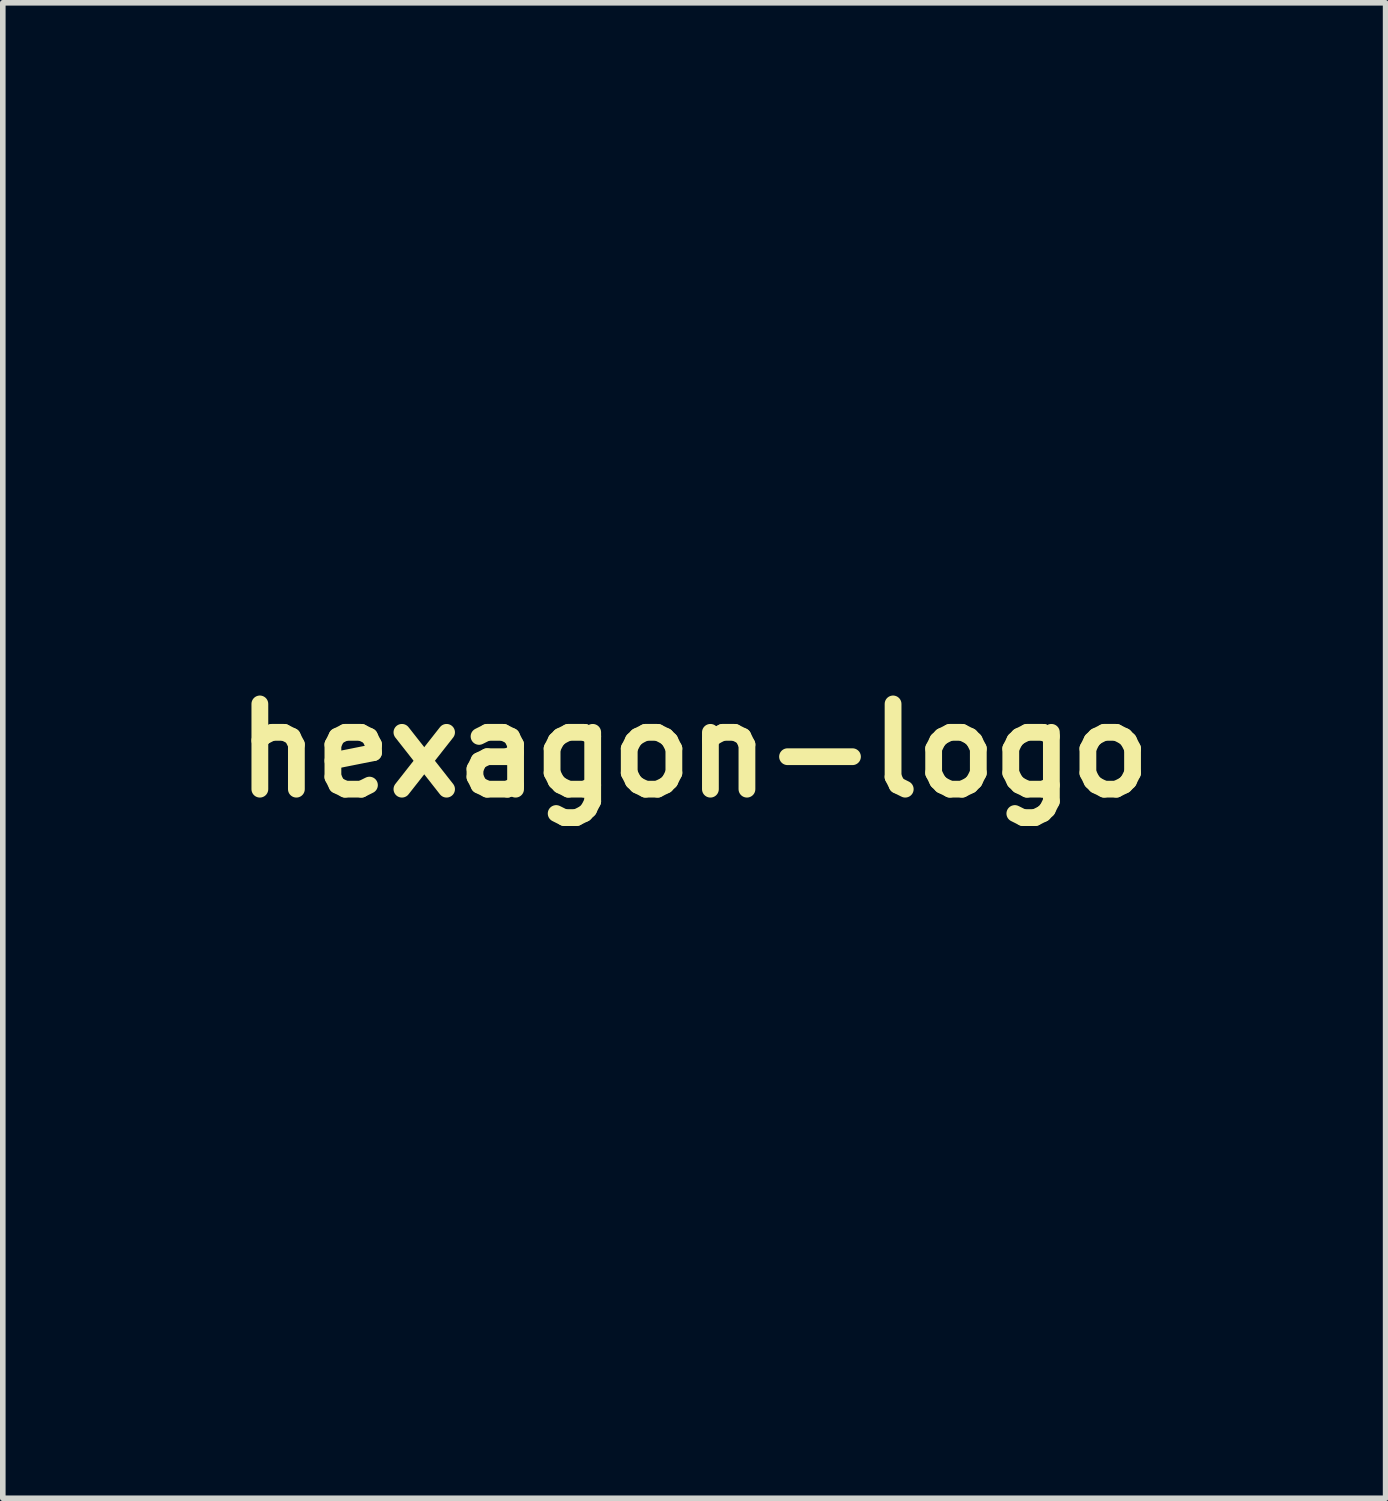
<source format=kicad_pcb>
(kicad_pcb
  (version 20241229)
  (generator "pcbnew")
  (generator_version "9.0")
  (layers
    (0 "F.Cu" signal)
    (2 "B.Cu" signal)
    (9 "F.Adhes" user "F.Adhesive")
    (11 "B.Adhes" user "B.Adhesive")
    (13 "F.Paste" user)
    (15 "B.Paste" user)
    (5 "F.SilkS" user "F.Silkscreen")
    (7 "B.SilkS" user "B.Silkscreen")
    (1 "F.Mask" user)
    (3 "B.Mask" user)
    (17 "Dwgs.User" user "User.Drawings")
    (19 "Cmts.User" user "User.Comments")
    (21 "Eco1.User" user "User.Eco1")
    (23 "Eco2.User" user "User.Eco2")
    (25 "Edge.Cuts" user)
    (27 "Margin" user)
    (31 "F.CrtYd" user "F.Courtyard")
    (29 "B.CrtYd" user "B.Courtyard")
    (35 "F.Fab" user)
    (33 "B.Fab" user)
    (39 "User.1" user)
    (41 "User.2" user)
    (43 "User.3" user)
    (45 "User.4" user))
  (footprint "hexagon-logo"
    (layer "F.Cu")
    (at 9.361 10.37)
    (property "Reference" "hexagon-logo" (at 0 0 0) (layer "F.SilkS") (effects (font (size 1.524 1.524) (thickness 0.3))))
    (attr through_hole)
    (fp_poly (pts (xy 0.163 -10.362) (xy 0.443 -10.335) (xy 0.711 -10.285) (xy 0.959 -10.214) (xy 1.178 -10.121) (xy 1.183 -10.119) (xy 1.21 -10.104) (xy 1.273 -10.068) (xy 1.368 -10.014) (xy 1.495 -9.941) (xy 1.65 -9.852) (xy 1.834 -9.747) (xy 2.042 -9.627) (xy 2.275 -9.493) (xy 2.529 -9.347) (xy 2.803 -9.189) (xy 3.096 -9.02) (xy 3.404 -8.842) (xy 3.727 -8.656) (xy 4.063 -8.462) (xy 4.41 -8.262) (xy 4.736 -8.074) (xy 5.222 -7.793) (xy 5.671 -7.533) (xy 6.085 -7.293) (xy 6.462 -7.074) (xy 6.804 -6.875) (xy 7.111 -6.696) (xy 7.384 -6.536) (xy 7.622 -6.396) (xy 7.825 -6.275) (xy 7.995 -6.174) (xy 8.132 -6.091) (xy 8.236 -6.027) (xy 8.307 -5.981) (xy 8.345 -5.954) (xy 8.346 -5.954) (xy 8.547 -5.766) (xy 8.736 -5.545) (xy 8.908 -5.299) (xy 9.059 -5.035) (xy 9.183 -4.761) (xy 9.277 -4.486) (xy 9.326 -4.276) (xy 9.329 -4.234) (xy 9.333 -4.152) (xy 9.336 -4.033) (xy 9.339 -3.88) (xy 9.342 -3.694) (xy 9.344 -3.478) (xy 9.347 -3.236) (xy 9.349 -2.969) (xy 9.351 -2.68) (xy 9.352 -2.371) (xy 9.354 -2.046) (xy 9.355 -1.706) (xy 9.356 -1.354) (xy 9.356 -0.993) (xy 9.357 -0.625) (xy 9.357 -0.252) (xy 9.357 0.121) (xy 9.357 0.495) (xy 9.357 0.864) (xy 9.356 1.228) (xy 9.355 1.584) (xy 9.354 1.928) (xy 9.353 2.259) (xy 9.351 2.574) (xy 9.349 2.87) (xy 9.347 3.145) (xy 9.345 3.396) (xy 9.343 3.622) (xy 9.34 3.818) (xy 9.337 3.983) (xy 9.334 4.115) (xy 9.331 4.21) (xy 9.327 4.266) (xy 9.326 4.276) (xy 9.253 4.571) (xy 9.144 4.864) (xy 9.001 5.148) (xy 8.83 5.418) (xy 8.633 5.666) (xy 8.416 5.886) (xy 8.202 6.059) (xy 8.174 6.076) (xy 8.112 6.113) (xy 8.017 6.169) (xy 7.893 6.242) (xy 7.74 6.331) (xy 7.562 6.435) (xy 7.361 6.552) (xy 7.138 6.681) (xy 6.897 6.822) (xy 6.638 6.972) (xy 6.366 7.13) (xy 6.08 7.295) (xy 5.785 7.466) (xy 5.482 7.642) (xy 5.173 7.82) (xy 4.861 8.001) (xy 4.547 8.182) (xy 4.235 8.363) (xy 3.925 8.542) (xy 3.621 8.717) (xy 3.325 8.888) (xy 3.039 9.054) (xy 2.764 9.212) (xy 2.504 9.362) (xy 2.26 9.502) (xy 2.035 9.632) (xy 1.831 9.749) (xy 1.65 9.853) (xy 1.494 9.942) (xy 1.366 10.015) (xy 1.268 10.071) (xy 1.201 10.108) (xy 1.17 10.125) (xy 1.058 10.174) (xy 0.919 10.224) (xy 0.768 10.27) (xy 0.621 10.308) (xy 0.571 10.319) (xy 0.443 10.338) (xy 0.285 10.352) (xy 0.112 10.36) (xy -0.066 10.362) (xy -0.234 10.358) (xy -0.38 10.347) (xy -0.428 10.341) (xy -0.606 10.308) (xy -0.794 10.261) (xy -0.972 10.205) (xy -1.109 10.151) (xy -1.14 10.135) (xy -1.205 10.099) (xy -1.302 10.044) (xy -1.429 9.972) (xy -1.584 9.884) (xy -1.765 9.781) (xy -1.969 9.664) (xy -2.194 9.535) (xy -2.438 9.395) (xy -2.698 9.246) (xy -2.973 9.088) (xy -3.261 8.922) (xy -3.558 8.751) (xy -3.863 8.575) (xy -4.174 8.396) (xy -4.488 8.215) (xy -4.803 8.033) (xy -5.118 7.851) (xy -5.429 7.672) (xy -5.734 7.495) (xy -6.032 7.322) (xy -6.32 7.156) (xy -6.596 6.996) (xy -6.858 6.844) (xy -7.103 6.702) (xy -7.329 6.57) (xy -7.535 6.451) (xy -7.717 6.344) (xy -7.873 6.253) (xy -8.003 6.177) (xy -8.102 6.118) (xy -8.169 6.078) (xy -8.201 6.058) (xy -8.411 5.894) (xy -8.61 5.694) (xy -8.794 5.466) (xy -8.959 5.214) (xy -9.101 4.947) (xy -9.215 4.67) (xy -9.298 4.389) (xy -9.313 4.321) (xy -9.318 4.295) (xy -9.323 4.269) (xy -9.327 4.241) (xy -9.331 4.209) (xy -9.334 4.17) (xy -9.337 4.124) (xy -9.34 4.069) (xy -9.343 4.002) (xy -9.345 3.922) (xy -9.347 3.826) (xy -9.349 3.714) (xy -9.35 3.583) (xy -9.351 3.431) (xy -9.352 3.257) (xy -9.353 3.058) (xy -9.354 2.834) (xy -9.355 2.581) (xy -9.355 2.298) (xy -9.355 1.984) (xy -9.355 1.636) (xy -9.356 1.253) (xy -9.356 0.832) (xy -9.356 0.372) (xy -9.356 0) (xy -9.356 -0.49) (xy -9.356 -0.94) (xy -9.356 -1.351) (xy -9.355 -1.726) (xy -9.355 -2.065) (xy -9.355 -2.372) (xy -9.354 -2.647) (xy -9.354 -2.892) (xy -9.353 -3.111) (xy -9.352 -3.303) (xy -9.351 -3.471) (xy -9.35 -3.618) (xy -9.348 -3.744) (xy -9.347 -3.852) (xy -9.345 -3.943) (xy -9.342 -4.02) (xy -9.34 -4.084) (xy -9.337 -4.137) (xy -9.333 -4.181) (xy -9.33 -4.217) (xy -9.326 -4.248) (xy -9.321 -4.276) (xy -9.317 -4.302) (xy -9.313 -4.32) (xy -9.232 -4.622) (xy -9.115 -4.92) (xy -8.967 -5.206) (xy -8.791 -5.474) (xy -8.592 -5.717) (xy -8.373 -5.927) (xy -8.363 -5.936) (xy -8.334 -5.958) (xy -8.291 -5.988) (xy -8.232 -6.026) (xy -8.157 -6.074) (xy -8.063 -6.132) (xy -7.949 -6.201) (xy -7.815 -6.281) (xy -7.658 -6.375) (xy -7.477 -6.481) (xy -7.271 -6.602) (xy -7.039 -6.738) (xy -6.778 -6.89) (xy -6.489 -7.058) (xy -6.169 -7.244) (xy -5.817 -7.447) (xy -5.431 -7.67) (xy -5.011 -7.913) (xy -4.781 -8.046) (xy -4.428 -8.25) (xy -4.084 -8.448) (xy -3.75 -8.641) (xy -3.429 -8.826) (xy -3.122 -9.003) (xy -2.831 -9.171) (xy -2.559 -9.328) (xy -2.306 -9.474) (xy -2.076 -9.606) (xy -1.869 -9.725) (xy -1.688 -9.83) (xy -1.535 -9.918) (xy -1.411 -9.989) (xy -1.319 -10.042) (xy -1.26 -10.076) (xy -1.238 -10.088) (xy -1.093 -10.157) (xy -0.918 -10.221) (xy -0.726 -10.277) (xy -0.53 -10.321) (xy -0.396 -10.342) (xy -0.119 -10.365) (xy 0.163 -10.362)) (stroke (width 0.01) (type solid)) (fill no) (layer "Eco2.User")))
  (gr_rect
    (start -3 -3)
    (end 21.723 23.737)
    (stroke (width 0.1) (type default))
    (fill no)
    (layer "Edge.Cuts")))
</source>
